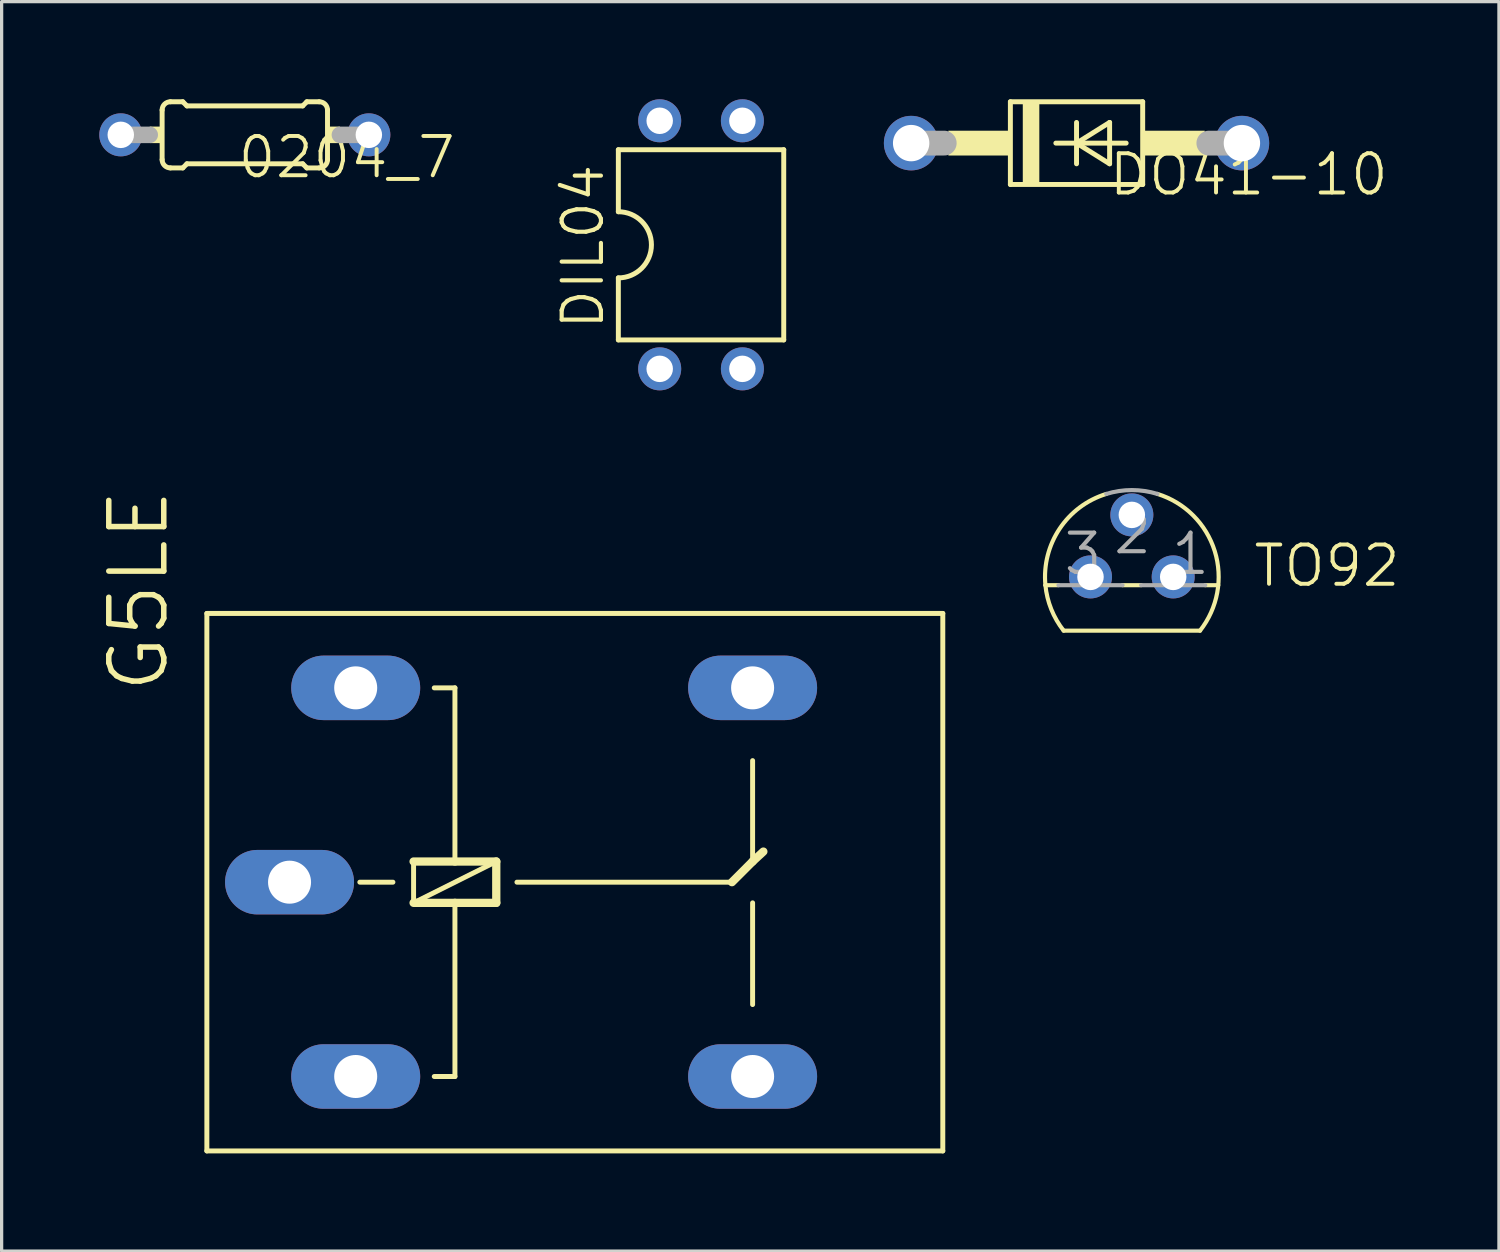
<source format=kicad_pcb>
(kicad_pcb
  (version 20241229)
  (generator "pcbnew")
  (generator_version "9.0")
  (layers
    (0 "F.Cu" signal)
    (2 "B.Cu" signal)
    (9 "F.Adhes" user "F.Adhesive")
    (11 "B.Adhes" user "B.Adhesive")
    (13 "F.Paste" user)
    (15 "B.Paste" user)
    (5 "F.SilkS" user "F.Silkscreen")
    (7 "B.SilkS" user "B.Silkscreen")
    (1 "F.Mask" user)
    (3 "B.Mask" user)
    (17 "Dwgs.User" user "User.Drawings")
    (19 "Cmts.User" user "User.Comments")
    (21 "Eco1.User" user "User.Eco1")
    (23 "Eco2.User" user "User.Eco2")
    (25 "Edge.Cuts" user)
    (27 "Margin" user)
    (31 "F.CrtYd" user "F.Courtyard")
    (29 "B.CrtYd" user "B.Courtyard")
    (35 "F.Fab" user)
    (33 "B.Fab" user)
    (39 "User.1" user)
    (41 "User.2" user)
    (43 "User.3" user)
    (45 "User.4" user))
  (footprint "DIL04"
    (layer "F.Cu")
    (at 18.484 4.47)
    (property "Reference" "DIL04" (at -2.921 2.667 90) (layer "F.SilkS") (effects (font (size 1.206 1.206) (thickness 0.127)) (justify left bottom)))
    (attr through_hole)
    (fp_line (start -2.54 -2.921) (end -2.54 -1.016) (stroke (width 0.152) (type solid)) (layer "F.SilkS"))
    (fp_line (start -2.54 2.921) (end -2.54 1.016) (stroke (width 0.152) (type solid)) (layer "F.SilkS"))
    (fp_line (start -2.54 2.921) (end 2.54 2.921) (stroke (width 0.152) (type solid)) (layer "F.SilkS"))
    (fp_line (start 2.54 -2.921) (end -2.54 -2.921) (stroke (width 0.152) (type solid)) (layer "F.SilkS"))
    (fp_line (start 2.54 -2.921) (end 2.54 2.921) (stroke (width 0.152) (type solid)) (layer "F.SilkS"))
    (fp_arc (start -2.54 -1.016) (mid -1.524 0) (end -2.54 1.016) (stroke (width 0.1524) (type solid)) (layer "F.SilkS"))
    (pad "1" thru_hole circle (at -1.27 3.81 270) (size 1.321 1.321) (drill 0.813) (layers "*.Cu" "*.Mask"))
    (pad "2" thru_hole circle (at 1.27 3.81 270) (size 1.321 1.321) (drill 0.813) (layers "*.Cu" "*.Mask"))
    (pad "3" thru_hole circle (at 1.27 -3.81 90) (size 1.321 1.321) (drill 0.813) (layers "*.Cu" "*.Mask"))
    (pad "4" thru_hole circle (at -1.27 -3.81 90) (size 1.321 1.321) (drill 0.813) (layers "*.Cu" "*.Mask")))
  (footprint "TO92"
    (layer "F.Cu")
    (at 31.717 14.671)
    (property "Reference" "TO92" (at 3.675 0.365 0) (layer "F.SilkS") (effects (font (size 1.206 1.206) (thickness 0.121)) (justify left bottom)))
    (attr through_hole)
    (fp_line (start -2.655 0.254) (end -2.254 0.254) (stroke (width 0.127) (type solid)) (layer "F.SilkS"))
    (fp_line (start -2.095 1.651) (end 2.095 1.651) (stroke (width 0.127) (type solid)) (layer "F.SilkS"))
    (fp_line (start -0.286 0.254) (end 0.286 0.254) (stroke (width 0.127) (type solid)) (layer "F.SilkS"))
    (fp_line (start 2.254 0.254) (end 2.655 0.254) (stroke (width 0.127) (type solid)) (layer "F.SilkS"))
    (fp_arc (start -2.6549 0.254) (mid -2.219001 -1.479566) (end -0.786299 -2.548501) (stroke (width 0.127) (type solid)) (layer "F.SilkS"))
    (fp_arc (start -2.0946 1.651) (mid -2.475347 0.992847) (end -2.654901 0.254) (stroke (width 0.127) (type solid)) (layer "F.SilkS"))
    (fp_arc (start 0.7863 -2.5484) (mid 2.546275 -0.793203) (end 2.094499 1.651) (stroke (width 0.127) (type solid)) (layer "F.SilkS"))
    (fp_line (start -2.254 0.254) (end -0.286 0.254) (stroke (width 0.127) (type solid)) (layer "F.Fab"))
    (fp_line (start 0.286 0.254) (end 2.254 0.254) (stroke (width 0.127) (type solid)) (layer "F.Fab"))
    (fp_arc (start -0.7863 -2.5485) (mid 0 -2.667043) (end 0.7863 -2.5485) (stroke (width 0.127) (type solid)) (layer "F.Fab"))
    (fp_text user "1" (at 1.143 0 0) (layer "F.Fab") (effects (font (size 1.206 1.206) (thickness 0.127)) (justify left bottom)))
    (fp_text user "3" (at -2.159 0 0) (layer "F.Fab") (effects (font (size 1.206 1.206) (thickness 0.127)) (justify left bottom)))
    (fp_text user "2" (at -0.635 -0.635 0) (layer "F.Fab") (effects (font (size 1.206 1.206) (thickness 0.127)) (justify left bottom)))
    (pad "1" thru_hole circle (at 1.27 0) (size 1.321 1.321) (drill 0.813) (layers "*.Cu" "*.Mask"))
    (pad "2" thru_hole circle (at 0 -1.905) (size 1.321 1.321) (drill 0.813) (layers "*.Cu" "*.Mask"))
    (pad "3" thru_hole circle (at -1.27 0) (size 1.321 1.321) (drill 0.813) (layers "*.Cu" "*.Mask")))
  (footprint "DO41-10"
    (layer "F.Cu")
    (at 30.018 1.346)
    (property "Reference" "DO41-10" (at 0.932 1.671 180) (layer "F.SilkS") (effects (font (size 1.206 1.206) (thickness 0.121)) (justify left bottom)))
    (attr through_hole)
    (fp_line (start -2.032 -1.27) (end -2.032 1.27) (stroke (width 0.152) (type solid)) (layer "F.SilkS"))
    (fp_line (start -2.032 -1.27) (end 2.032 -1.27) (stroke (width 0.152) (type solid)) (layer "F.SilkS"))
    (fp_line (start -0.635 0) (end 0 0) (stroke (width 0.152) (type solid)) (layer "F.SilkS"))
    (fp_line (start 0 -0.635) (end 0 0) (stroke (width 0.152) (type solid)) (layer "F.SilkS"))
    (fp_line (start 0 0) (end 0 0.635) (stroke (width 0.152) (type solid)) (layer "F.SilkS"))
    (fp_line (start 0 0) (end 1.016 -0.635) (stroke (width 0.152) (type solid)) (layer "F.SilkS"))
    (fp_line (start 0 0) (end 1.524 0) (stroke (width 0.152) (type solid)) (layer "F.SilkS"))
    (fp_line (start 1.016 -0.635) (end 1.016 0.635) (stroke (width 0.152) (type solid)) (layer "F.SilkS"))
    (fp_line (start 1.016 0.635) (end 0 0) (stroke (width 0.152) (type solid)) (layer "F.SilkS"))
    (fp_line (start 2.032 1.27) (end -2.032 1.27) (stroke (width 0.152) (type solid)) (layer "F.SilkS"))
    (fp_line (start 2.032 1.27) (end 2.032 -1.27) (stroke (width 0.152) (type solid)) (layer "F.SilkS"))
    (fp_poly (pts (xy -3.937 0.381) (xy -2.032 0.381) (xy -2.032 -0.381) (xy -3.937 -0.381)) (stroke (width 0) (type solid)) (fill yes) (layer "F.SilkS"))
    (fp_poly (pts (xy -1.651 1.27) (xy -1.143 1.27) (xy -1.143 -1.27) (xy -1.651 -1.27)) (stroke (width 0) (type solid)) (fill yes) (layer "F.SilkS"))
    (fp_poly (pts (xy 2.032 0.381) (xy 3.937 0.381) (xy 3.937 -0.381) (xy 2.032 -0.381)) (stroke (width 0) (type solid)) (fill yes) (layer "F.SilkS"))
    (fp_line (start -5.08 0) (end -4.064 0) (stroke (width 0.762) (type solid)) (layer "F.Fab"))
    (fp_line (start 5.08 0) (end 4.064 0) (stroke (width 0.762) (type solid)) (layer "F.Fab"))
    (pad "A" thru_hole circle (at 5.08 0) (size 1.676 1.676) (drill 1.118) (layers "*.Cu" "*.Mask"))
    (pad "C" thru_hole circle (at -5.08 0) (size 1.676 1.676) (drill 1.118) (layers "*.Cu" "*.Mask")))
  (footprint "0204_7"
    (layer "F.Cu")
    (at 4.47 1.092)
    (property "Reference" "0204_7" (at -0.28 1.395 0) (layer "F.SilkS") (effects (font (size 1.206 1.206) (thickness 0.121)) (justify left bottom)))
    (attr through_hole)
    (fp_line (start -2.54 0.762) (end -2.54 -0.762) (stroke (width 0.152) (type solid)) (layer "F.SilkS"))
    (fp_line (start -2.286 -1.016) (end -1.905 -1.016) (stroke (width 0.152) (type solid)) (layer "F.SilkS"))
    (fp_line (start -2.286 1.016) (end -1.905 1.016) (stroke (width 0.152) (type solid)) (layer "F.SilkS"))
    (fp_line (start -1.778 -0.889) (end -1.905 -1.016) (stroke (width 0.152) (type solid)) (layer "F.SilkS"))
    (fp_line (start -1.778 0.889) (end -1.905 1.016) (stroke (width 0.152) (type solid)) (layer "F.SilkS"))
    (fp_line (start 1.778 -0.889) (end -1.778 -0.889) (stroke (width 0.152) (type solid)) (layer "F.SilkS"))
    (fp_line (start 1.778 -0.889) (end 1.905 -1.016) (stroke (width 0.152) (type solid)) (layer "F.SilkS"))
    (fp_line (start 1.778 0.889) (end -1.778 0.889) (stroke (width 0.152) (type solid)) (layer "F.SilkS"))
    (fp_line (start 1.778 0.889) (end 1.905 1.016) (stroke (width 0.152) (type solid)) (layer "F.SilkS"))
    (fp_line (start 2.286 -1.016) (end 1.905 -1.016) (stroke (width 0.152) (type solid)) (layer "F.SilkS"))
    (fp_line (start 2.286 1.016) (end 1.905 1.016) (stroke (width 0.152) (type solid)) (layer "F.SilkS"))
    (fp_line (start 2.54 0.762) (end 2.54 -0.762) (stroke (width 0.152) (type solid)) (layer "F.SilkS"))
    (fp_arc (start -2.54 -0.762) (mid -2.465605 -0.941605) (end -2.286 -1.016) (stroke (width 0.1524) (type solid)) (layer "F.SilkS"))
    (fp_arc (start -2.286 1.016) (mid -2.465605 0.941605) (end -2.54 0.762) (stroke (width 0.1524) (type solid)) (layer "F.SilkS"))
    (fp_arc (start 2.286 -1.016) (mid 2.465605 -0.941605) (end 2.54 -0.762) (stroke (width 0.1524) (type solid)) (layer "F.SilkS"))
    (fp_arc (start 2.54 0.762) (mid 2.465605 0.941605) (end 2.286 1.016) (stroke (width 0.1524) (type solid)) (layer "F.SilkS"))
    (fp_poly (pts (xy -2.921 0.254) (xy -2.54 0.254) (xy -2.54 -0.254) (xy -2.921 -0.254)) (stroke (width 0) (type solid)) (fill yes) (layer "F.SilkS"))
    (fp_poly (pts (xy 2.54 0.254) (xy 2.921 0.254) (xy 2.921 -0.254) (xy 2.54 -0.254)) (stroke (width 0) (type solid)) (fill yes) (layer "F.SilkS"))
    (fp_line (start -3.81 0) (end -2.921 0) (stroke (width 0.508) (type solid)) (layer "F.Fab"))
    (fp_line (start 3.81 0) (end 2.921 0) (stroke (width 0.508) (type solid)) (layer "F.Fab"))
    (pad "1" thru_hole circle (at -3.81 0) (size 1.321 1.321) (drill 0.813) (layers "*.Cu" "*.Mask"))
    (pad "2" thru_hole circle (at 3.81 0) (size 1.321 1.321) (drill 0.813) (layers "*.Cu" "*.Mask")))
  (footprint "G5LE"
    (layer "F.Cu")
    (at 15.369 24.048)
    (property "Reference" "G5LE" (at -13.173 -5.745 90) (layer "F.SilkS") (effects (font (size 1.689 1.689) (thickness 0.169)) (justify left bottom)))
    (attr through_hole)
    (fp_line (start -12.065 -8.255) (end -12.065 8.255) (stroke (width 0.152) (type solid)) (layer "F.SilkS"))
    (fp_line (start -12.065 -8.255) (end 10.541 -8.255) (stroke (width 0.152) (type solid)) (layer "F.SilkS"))
    (fp_line (start -7.366 0) (end -6.35 0) (stroke (width 0.152) (type solid)) (layer "F.SilkS"))
    (fp_line (start -5.715 -0.635) (end -5.715 0.635) (stroke (width 0.152) (type solid)) (layer "F.SilkS"))
    (fp_line (start -5.715 0.635) (end -4.445 0.635) (stroke (width 0.254) (type solid)) (layer "F.SilkS"))
    (fp_line (start -5.715 0.635) (end -3.175 -0.635) (stroke (width 0.152) (type solid)) (layer "F.SilkS"))
    (fp_line (start -5.08 -5.969) (end -4.445 -5.969) (stroke (width 0.152) (type solid)) (layer "F.SilkS"))
    (fp_line (start -4.445 -5.969) (end -4.445 -0.635) (stroke (width 0.152) (type solid)) (layer "F.SilkS"))
    (fp_line (start -4.445 -0.635) (end -5.715 -0.635) (stroke (width 0.254) (type solid)) (layer "F.SilkS"))
    (fp_line (start -4.445 0.635) (end -4.445 5.969) (stroke (width 0.152) (type solid)) (layer "F.SilkS"))
    (fp_line (start -4.445 0.635) (end -3.175 0.635) (stroke (width 0.254) (type solid)) (layer "F.SilkS"))
    (fp_line (start -4.445 5.969) (end -5.08 5.969) (stroke (width 0.152) (type solid)) (layer "F.SilkS"))
    (fp_line (start -3.175 -0.635) (end -4.445 -0.635) (stroke (width 0.254) (type solid)) (layer "F.SilkS"))
    (fp_line (start -3.175 0.635) (end -3.175 -0.635) (stroke (width 0.254) (type solid)) (layer "F.SilkS"))
    (fp_line (start -2.54 0) (end 4.064 0) (stroke (width 0.152) (type solid)) (layer "F.SilkS"))
    (fp_line (start 4.064 0) (end 4.699 -0.635) (stroke (width 0.254) (type solid)) (layer "F.SilkS"))
    (fp_line (start 4.699 -3.734) (end 4.699 -0.635) (stroke (width 0.152) (type solid)) (layer "F.SilkS"))
    (fp_line (start 4.699 -0.635) (end 5.029 -0.94) (stroke (width 0.254) (type solid)) (layer "F.SilkS"))
    (fp_line (start 4.699 0.635) (end 4.699 3.759) (stroke (width 0.152) (type solid)) (layer "F.SilkS"))
    (fp_line (start 10.541 8.255) (end -12.065 8.255) (stroke (width 0.152) (type solid)) (layer "F.SilkS"))
    (fp_line (start 10.541 8.255) (end 10.541 -8.255) (stroke (width 0.152) (type solid)) (layer "F.SilkS"))
    (pad "1" thru_hole oval (at -7.493 5.969) (size 3.962 1.981) (drill 1.321) (layers "*.Cu" "*.Mask"))
    (pad "2" thru_hole oval (at -7.493 -5.969) (size 3.962 1.981) (drill 1.321) (layers "*.Cu" "*.Mask"))
    (pad "O" thru_hole oval (at 4.699 -5.969) (size 3.962 1.981) (drill 1.321) (layers "*.Cu" "*.Mask"))
    (pad "P" thru_hole oval (at -9.525 0) (size 3.962 1.981) (drill 1.321) (layers "*.Cu" "*.Mask"))
    (pad "S" thru_hole oval (at 4.699 5.969) (size 3.962 1.981) (drill 1.321) (layers "*.Cu" "*.Mask")))
  (gr_rect
    (start -3 -3)
    (end 42.993 35.379)
    (stroke (width 0.1) (type default))
    (fill no)
    (layer "Edge.Cuts")))
</source>
